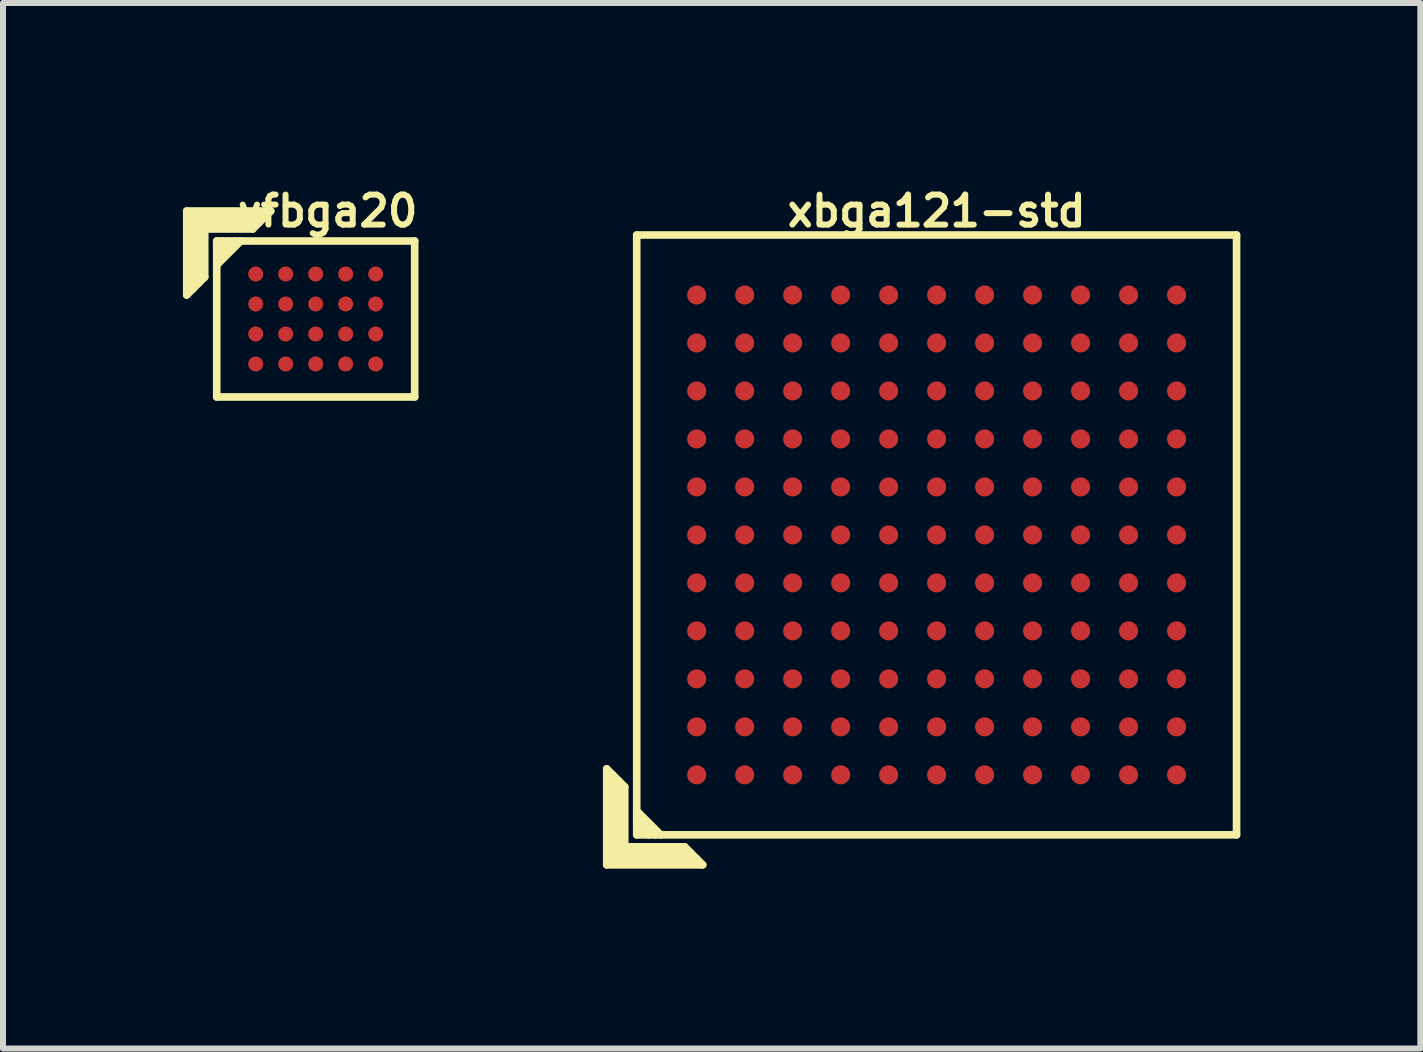
<source format=kicad_pcb>
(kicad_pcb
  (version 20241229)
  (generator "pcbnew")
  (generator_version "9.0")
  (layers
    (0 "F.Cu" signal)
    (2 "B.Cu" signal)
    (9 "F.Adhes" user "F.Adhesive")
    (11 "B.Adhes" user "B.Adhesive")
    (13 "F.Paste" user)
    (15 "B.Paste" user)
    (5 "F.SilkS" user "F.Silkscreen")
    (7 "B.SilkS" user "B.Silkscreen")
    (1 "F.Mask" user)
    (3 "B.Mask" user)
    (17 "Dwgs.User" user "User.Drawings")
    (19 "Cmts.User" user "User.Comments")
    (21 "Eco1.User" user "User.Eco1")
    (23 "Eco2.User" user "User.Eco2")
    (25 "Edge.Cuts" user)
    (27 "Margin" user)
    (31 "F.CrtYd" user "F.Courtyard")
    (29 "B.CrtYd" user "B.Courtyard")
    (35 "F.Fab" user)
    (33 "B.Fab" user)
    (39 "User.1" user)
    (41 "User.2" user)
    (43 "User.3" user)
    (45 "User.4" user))
  (footprint "xbga121-std"
    (layer "F.Cu")
    (at 12.565 5.868)
    (property "Reference" "xbga121-std" (at 0 -5.4 0) (layer "F.SilkS") (effects (font (size 0.5 0.5) (thickness 0.1))))
    (attr through_hole)
    (fp_line (start -5.5 3.9) (end -5.2 4.2) (stroke (width 0.127) (type solid)) (layer "F.SilkS"))
    (fp_line (start -5.5 5.5) (end -5.5 3.9) (stroke (width 0.127) (type solid)) (layer "F.SilkS"))
    (fp_line (start -5.4 5.4) (end -5.4 4) (stroke (width 0.127) (type solid)) (layer "F.SilkS"))
    (fp_line (start -5.3 4.1) (end -5.3 5.3) (stroke (width 0.127) (type solid)) (layer "F.SilkS"))
    (fp_line (start -5.3 5.3) (end -4.1 5.3) (stroke (width 0.127) (type solid)) (layer "F.SilkS"))
    (fp_line (start -5.2 4.2) (end -5.2 5.2) (stroke (width 0.127) (type solid)) (layer "F.SilkS"))
    (fp_line (start -5.2 5.2) (end -4.2 5.2) (stroke (width 0.127) (type solid)) (layer "F.SilkS"))
    (fp_line (start -5 -5) (end -5 5) (stroke (width 0.127) (type solid)) (layer "F.SilkS"))
    (fp_line (start -5 4.7) (end -4.7 5) (stroke (width 0.127) (type solid)) (layer "F.SilkS"))
    (fp_line (start -5 5) (end 5 5) (stroke (width 0.127) (type solid)) (layer "F.SilkS"))
    (fp_line (start -4.8 5) (end -5 4.8) (stroke (width 0.127) (type solid)) (layer "F.SilkS"))
    (fp_line (start -4.6 5) (end -5 4.6) (stroke (width 0.127) (type solid)) (layer "F.SilkS"))
    (fp_line (start -4.2 5.2) (end -3.9 5.5) (stroke (width 0.127) (type solid)) (layer "F.SilkS"))
    (fp_line (start -4 5.4) (end -5.4 5.4) (stroke (width 0.127) (type solid)) (layer "F.SilkS"))
    (fp_line (start -3.9 5.5) (end -5.5 5.5) (stroke (width 0.127) (type solid)) (layer "F.SilkS"))
    (fp_line (start 5 -5) (end -5 -5) (stroke (width 0.127) (type solid)) (layer "F.SilkS"))
    (fp_line (start 5 5) (end 5 -5) (stroke (width 0.127) (type solid)) (layer "F.SilkS"))
    (pad "A1" smd circle (at -4 4) (size 0.318 0.318) (layers "F.Cu" "F.Mask" "F.Paste"))
    (pad "A2" smd circle (at -4 3.2) (size 0.318 0.318) (layers "F.Cu" "F.Mask" "F.Paste"))
    (pad "A3" smd circle (at -4 2.4) (size 0.318 0.318) (layers "F.Cu" "F.Mask" "F.Paste"))
    (pad "A4" smd circle (at -4 1.6) (size 0.318 0.318) (layers "F.Cu" "F.Mask" "F.Paste"))
    (pad "A5" smd circle (at -4 0.8) (size 0.318 0.318) (layers "F.Cu" "F.Mask" "F.Paste"))
    (pad "A6" smd circle (at -4 0) (size 0.318 0.318) (layers "F.Cu" "F.Mask" "F.Paste"))
    (pad "A7" smd circle (at -4 -0.8) (size 0.318 0.318) (layers "F.Cu" "F.Mask" "F.Paste"))
    (pad "A8" smd circle (at -4 -1.6) (size 0.318 0.318) (layers "F.Cu" "F.Mask" "F.Paste"))
    (pad "A9" smd circle (at -4 -2.4) (size 0.318 0.318) (layers "F.Cu" "F.Mask" "F.Paste"))
    (pad "A10" smd circle (at -4 -3.2) (size 0.318 0.318) (layers "F.Cu" "F.Mask" "F.Paste"))
    (pad "A11" smd circle (at -4 -4) (size 0.318 0.318) (layers "F.Cu" "F.Mask" "F.Paste"))
    (pad "B1" smd circle (at -3.2 4) (size 0.318 0.318) (layers "F.Cu" "F.Mask" "F.Paste"))
    (pad "B2" smd circle (at -3.2 3.2) (size 0.318 0.318) (layers "F.Cu" "F.Mask" "F.Paste"))
    (pad "B3" smd circle (at -3.2 2.4) (size 0.318 0.318) (layers "F.Cu" "F.Mask" "F.Paste"))
    (pad "B4" smd circle (at -3.2 1.6) (size 0.318 0.318) (layers "F.Cu" "F.Mask" "F.Paste"))
    (pad "B5" smd circle (at -3.2 0.8) (size 0.318 0.318) (layers "F.Cu" "F.Mask" "F.Paste"))
    (pad "B6" smd circle (at -3.2 0) (size 0.318 0.318) (layers "F.Cu" "F.Mask" "F.Paste"))
    (pad "B7" smd circle (at -3.2 -0.8) (size 0.318 0.318) (layers "F.Cu" "F.Mask" "F.Paste"))
    (pad "B8" smd circle (at -3.2 -1.6) (size 0.318 0.318) (layers "F.Cu" "F.Mask" "F.Paste"))
    (pad "B9" smd circle (at -3.2 -2.4) (size 0.318 0.318) (layers "F.Cu" "F.Mask" "F.Paste"))
    (pad "B10" smd circle (at -3.2 -3.2) (size 0.318 0.318) (layers "F.Cu" "F.Mask" "F.Paste"))
    (pad "B11" smd circle (at -3.2 -4) (size 0.318 0.318) (layers "F.Cu" "F.Mask" "F.Paste"))
    (pad "C1" smd circle (at -2.4 4) (size 0.318 0.318) (layers "F.Cu" "F.Mask" "F.Paste"))
    (pad "C2" smd circle (at -2.4 3.2) (size 0.318 0.318) (layers "F.Cu" "F.Mask" "F.Paste"))
    (pad "C3" smd circle (at -2.4 2.4) (size 0.318 0.318) (layers "F.Cu" "F.Mask" "F.Paste"))
    (pad "C4" smd circle (at -2.4 1.6) (size 0.318 0.318) (layers "F.Cu" "F.Mask" "F.Paste"))
    (pad "C5" smd circle (at -2.4 0.8) (size 0.318 0.318) (layers "F.Cu" "F.Mask" "F.Paste"))
    (pad "C6" smd circle (at -2.4 0) (size 0.318 0.318) (layers "F.Cu" "F.Mask" "F.Paste"))
    (pad "C7" smd circle (at -2.4 -0.8) (size 0.318 0.318) (layers "F.Cu" "F.Mask" "F.Paste"))
    (pad "C8" smd circle (at -2.4 -1.6) (size 0.318 0.318) (layers "F.Cu" "F.Mask" "F.Paste"))
    (pad "C9" smd circle (at -2.4 -2.4) (size 0.318 0.318) (layers "F.Cu" "F.Mask" "F.Paste"))
    (pad "C10" smd circle (at -2.4 -3.2) (size 0.318 0.318) (layers "F.Cu" "F.Mask" "F.Paste"))
    (pad "C11" smd circle (at -2.4 -4) (size 0.318 0.318) (layers "F.Cu" "F.Mask" "F.Paste"))
    (pad "D1" smd circle (at -1.6 4) (size 0.318 0.318) (layers "F.Cu" "F.Mask" "F.Paste"))
    (pad "D2" smd circle (at -1.6 3.2) (size 0.318 0.318) (layers "F.Cu" "F.Mask" "F.Paste"))
    (pad "D3" smd circle (at -1.6 2.4) (size 0.318 0.318) (layers "F.Cu" "F.Mask" "F.Paste"))
    (pad "D4" smd circle (at -1.6 1.6) (size 0.318 0.318) (layers "F.Cu" "F.Mask" "F.Paste"))
    (pad "D5" smd circle (at -1.6 0.8) (size 0.318 0.318) (layers "F.Cu" "F.Mask" "F.Paste"))
    (pad "D6" smd circle (at -1.6 0) (size 0.318 0.318) (layers "F.Cu" "F.Mask" "F.Paste"))
    (pad "D7" smd circle (at -1.6 -0.8) (size 0.318 0.318) (layers "F.Cu" "F.Mask" "F.Paste"))
    (pad "D8" smd circle (at -1.6 -1.6) (size 0.318 0.318) (layers "F.Cu" "F.Mask" "F.Paste"))
    (pad "D9" smd circle (at -1.6 -2.4) (size 0.318 0.318) (layers "F.Cu" "F.Mask" "F.Paste"))
    (pad "D10" smd circle (at -1.6 -3.2) (size 0.318 0.318) (layers "F.Cu" "F.Mask" "F.Paste"))
    (pad "D11" smd circle (at -1.6 -4) (size 0.318 0.318) (layers "F.Cu" "F.Mask" "F.Paste"))
    (pad "E1" smd circle (at -0.8 4) (size 0.318 0.318) (layers "F.Cu" "F.Mask" "F.Paste"))
    (pad "E2" smd circle (at -0.8 3.2) (size 0.318 0.318) (layers "F.Cu" "F.Mask" "F.Paste"))
    (pad "E3" smd circle (at -0.8 2.4) (size 0.318 0.318) (layers "F.Cu" "F.Mask" "F.Paste"))
    (pad "E4" smd circle (at -0.8 1.6) (size 0.318 0.318) (layers "F.Cu" "F.Mask" "F.Paste"))
    (pad "E5" smd circle (at -0.8 0.8) (size 0.318 0.318) (layers "F.Cu" "F.Mask" "F.Paste"))
    (pad "E6" smd circle (at -0.8 0) (size 0.318 0.318) (layers "F.Cu" "F.Mask" "F.Paste"))
    (pad "E7" smd circle (at -0.8 -0.8) (size 0.318 0.318) (layers "F.Cu" "F.Mask" "F.Paste"))
    (pad "E8" smd circle (at -0.8 -1.6) (size 0.318 0.318) (layers "F.Cu" "F.Mask" "F.Paste"))
    (pad "E9" smd circle (at -0.8 -2.4) (size 0.318 0.318) (layers "F.Cu" "F.Mask" "F.Paste"))
    (pad "E10" smd circle (at -0.8 -3.2) (size 0.318 0.318) (layers "F.Cu" "F.Mask" "F.Paste"))
    (pad "E11" smd circle (at -0.8 -4) (size 0.318 0.318) (layers "F.Cu" "F.Mask" "F.Paste"))
    (pad "F1" smd circle (at 0 4) (size 0.318 0.318) (layers "F.Cu" "F.Mask" "F.Paste"))
    (pad "F2" smd circle (at 0 3.2) (size 0.318 0.318) (layers "F.Cu" "F.Mask" "F.Paste"))
    (pad "F3" smd circle (at 0 2.4) (size 0.318 0.318) (layers "F.Cu" "F.Mask" "F.Paste"))
    (pad "F4" smd circle (at 0 1.6) (size 0.318 0.318) (layers "F.Cu" "F.Mask" "F.Paste"))
    (pad "F5" smd circle (at 0 0.8) (size 0.318 0.318) (layers "F.Cu" "F.Mask" "F.Paste"))
    (pad "F6" smd circle (at 0 0) (size 0.318 0.318) (layers "F.Cu" "F.Mask" "F.Paste"))
    (pad "F7" smd circle (at 0 -0.8) (size 0.318 0.318) (layers "F.Cu" "F.Mask" "F.Paste"))
    (pad "F8" smd circle (at 0 -1.6) (size 0.318 0.318) (layers "F.Cu" "F.Mask" "F.Paste"))
    (pad "F9" smd circle (at 0 -2.4) (size 0.318 0.318) (layers "F.Cu" "F.Mask" "F.Paste"))
    (pad "F10" smd circle (at 0 -3.2) (size 0.318 0.318) (layers "F.Cu" "F.Mask" "F.Paste"))
    (pad "F11" smd circle (at 0 -4) (size 0.318 0.318) (layers "F.Cu" "F.Mask" "F.Paste"))
    (pad "G1" smd circle (at 0.8 4) (size 0.318 0.318) (layers "F.Cu" "F.Mask" "F.Paste"))
    (pad "G2" smd circle (at 0.8 3.2) (size 0.318 0.318) (layers "F.Cu" "F.Mask" "F.Paste"))
    (pad "G3" smd circle (at 0.8 2.4) (size 0.318 0.318) (layers "F.Cu" "F.Mask" "F.Paste"))
    (pad "G4" smd circle (at 0.8 1.6) (size 0.318 0.318) (layers "F.Cu" "F.Mask" "F.Paste"))
    (pad "G5" smd circle (at 0.8 0.8) (size 0.318 0.318) (layers "F.Cu" "F.Mask" "F.Paste"))
    (pad "G6" smd circle (at 0.8 0) (size 0.318 0.318) (layers "F.Cu" "F.Mask" "F.Paste"))
    (pad "G7" smd circle (at 0.8 -0.8) (size 0.318 0.318) (layers "F.Cu" "F.Mask" "F.Paste"))
    (pad "G8" smd circle (at 0.8 -1.6) (size 0.318 0.318) (layers "F.Cu" "F.Mask" "F.Paste"))
    (pad "G9" smd circle (at 0.8 -2.4) (size 0.318 0.318) (layers "F.Cu" "F.Mask" "F.Paste"))
    (pad "G10" smd circle (at 0.8 -3.2) (size 0.318 0.318) (layers "F.Cu" "F.Mask" "F.Paste"))
    (pad "G11" smd circle (at 0.8 -4) (size 0.318 0.318) (layers "F.Cu" "F.Mask" "F.Paste"))
    (pad "H1" smd circle (at 1.6 4) (size 0.318 0.318) (layers "F.Cu" "F.Mask" "F.Paste"))
    (pad "H2" smd circle (at 1.6 3.2) (size 0.318 0.318) (layers "F.Cu" "F.Mask" "F.Paste"))
    (pad "H3" smd circle (at 1.6 2.4) (size 0.318 0.318) (layers "F.Cu" "F.Mask" "F.Paste"))
    (pad "H4" smd circle (at 1.6 1.6) (size 0.318 0.318) (layers "F.Cu" "F.Mask" "F.Paste"))
    (pad "H5" smd circle (at 1.6 0.8) (size 0.318 0.318) (layers "F.Cu" "F.Mask" "F.Paste"))
    (pad "H6" smd circle (at 1.6 0) (size 0.318 0.318) (layers "F.Cu" "F.Mask" "F.Paste"))
    (pad "H7" smd circle (at 1.6 -0.8) (size 0.318 0.318) (layers "F.Cu" "F.Mask" "F.Paste"))
    (pad "H8" smd circle (at 1.6 -1.6) (size 0.318 0.318) (layers "F.Cu" "F.Mask" "F.Paste"))
    (pad "H9" smd circle (at 1.6 -2.4) (size 0.318 0.318) (layers "F.Cu" "F.Mask" "F.Paste"))
    (pad "H10" smd circle (at 1.6 -3.2) (size 0.318 0.318) (layers "F.Cu" "F.Mask" "F.Paste"))
    (pad "H11" smd circle (at 1.6 -4) (size 0.318 0.318) (layers "F.Cu" "F.Mask" "F.Paste"))
    (pad "J1" smd circle (at 2.4 4) (size 0.318 0.318) (layers "F.Cu" "F.Mask" "F.Paste"))
    (pad "J2" smd circle (at 2.4 3.2) (size 0.318 0.318) (layers "F.Cu" "F.Mask" "F.Paste"))
    (pad "J3" smd circle (at 2.4 2.4) (size 0.318 0.318) (layers "F.Cu" "F.Mask" "F.Paste"))
    (pad "J4" smd circle (at 2.4 1.6) (size 0.318 0.318) (layers "F.Cu" "F.Mask" "F.Paste"))
    (pad "J5" smd circle (at 2.4 0.8) (size 0.318 0.318) (layers "F.Cu" "F.Mask" "F.Paste"))
    (pad "J6" smd circle (at 2.4 0) (size 0.318 0.318) (layers "F.Cu" "F.Mask" "F.Paste"))
    (pad "J7" smd circle (at 2.4 -0.8) (size 0.318 0.318) (layers "F.Cu" "F.Mask" "F.Paste"))
    (pad "J8" smd circle (at 2.4 -1.6) (size 0.318 0.318) (layers "F.Cu" "F.Mask" "F.Paste"))
    (pad "J9" smd circle (at 2.4 -2.4) (size 0.318 0.318) (layers "F.Cu" "F.Mask" "F.Paste"))
    (pad "J10" smd circle (at 2.4 -3.2) (size 0.318 0.318) (layers "F.Cu" "F.Mask" "F.Paste"))
    (pad "J11" smd circle (at 2.4 -4) (size 0.318 0.318) (layers "F.Cu" "F.Mask" "F.Paste"))
    (pad "K1" smd circle (at 3.2 4) (size 0.318 0.318) (layers "F.Cu" "F.Mask" "F.Paste"))
    (pad "K2" smd circle (at 3.2 3.2) (size 0.318 0.318) (layers "F.Cu" "F.Mask" "F.Paste"))
    (pad "K3" smd circle (at 3.2 2.4) (size 0.318 0.318) (layers "F.Cu" "F.Mask" "F.Paste"))
    (pad "K4" smd circle (at 3.2 1.6) (size 0.318 0.318) (layers "F.Cu" "F.Mask" "F.Paste"))
    (pad "K5" smd circle (at 3.2 0.8) (size 0.318 0.318) (layers "F.Cu" "F.Mask" "F.Paste"))
    (pad "K6" smd circle (at 3.2 0) (size 0.318 0.318) (layers "F.Cu" "F.Mask" "F.Paste"))
    (pad "K7" smd circle (at 3.2 -0.8) (size 0.318 0.318) (layers "F.Cu" "F.Mask" "F.Paste"))
    (pad "K8" smd circle (at 3.2 -1.6) (size 0.318 0.318) (layers "F.Cu" "F.Mask" "F.Paste"))
    (pad "K9" smd circle (at 3.2 -2.4) (size 0.318 0.318) (layers "F.Cu" "F.Mask" "F.Paste"))
    (pad "K10" smd circle (at 3.2 -3.2) (size 0.318 0.318) (layers "F.Cu" "F.Mask" "F.Paste"))
    (pad "K11" smd circle (at 3.2 -4) (size 0.318 0.318) (layers "F.Cu" "F.Mask" "F.Paste"))
    (pad "L1" smd circle (at 4 4) (size 0.318 0.318) (layers "F.Cu" "F.Mask" "F.Paste"))
    (pad "L2" smd circle (at 4 3.2) (size 0.318 0.318) (layers "F.Cu" "F.Mask" "F.Paste"))
    (pad "L3" smd circle (at 4 2.4) (size 0.318 0.318) (layers "F.Cu" "F.Mask" "F.Paste"))
    (pad "L4" smd circle (at 4 1.6) (size 0.318 0.318) (layers "F.Cu" "F.Mask" "F.Paste"))
    (pad "L5" smd circle (at 4 0.8) (size 0.318 0.318) (layers "F.Cu" "F.Mask" "F.Paste"))
    (pad "L6" smd circle (at 4 0) (size 0.318 0.318) (layers "F.Cu" "F.Mask" "F.Paste"))
    (pad "L7" smd circle (at 4 -0.8) (size 0.318 0.318) (layers "F.Cu" "F.Mask" "F.Paste"))
    (pad "L8" smd circle (at 4 -1.6) (size 0.318 0.318) (layers "F.Cu" "F.Mask" "F.Paste"))
    (pad "L9" smd circle (at 4 -2.4) (size 0.318 0.318) (layers "F.Cu" "F.Mask" "F.Paste"))
    (pad "L10" smd circle (at 4 -3.2) (size 0.318 0.318) (layers "F.Cu" "F.Mask" "F.Paste"))
    (pad "L11" smd circle (at 4 -4) (size 0.318 0.318) (layers "F.Cu" "F.Mask" "F.Paste")))
  (footprint "vfbga20"
    (layer "F.Cu")
    (at 2.213 2.268)
    (property "Reference" "vfbga20" (at 0.2 -1.8 180) (layer "F.SilkS") (effects (font (size 0.5 0.5) (thickness 0.1))))
    (attr through_hole)
    (fp_line (start -2.15 -1.8) (end -0.75 -1.8) (stroke (width 0.127) (type solid)) (layer "F.SilkS"))
    (fp_line (start -2.15 -0.4) (end -2.15 -1.8) (stroke (width 0.127) (type solid)) (layer "F.SilkS"))
    (fp_line (start -2.05 -1.7) (end -2.05 -0.5) (stroke (width 0.127) (type solid)) (layer "F.SilkS"))
    (fp_line (start -1.95 -1.6) (end -0.95 -1.6) (stroke (width 0.127) (type solid)) (layer "F.SilkS"))
    (fp_line (start -1.95 -0.6) (end -1.95 -1.6) (stroke (width 0.127) (type solid)) (layer "F.SilkS"))
    (fp_line (start -1.85 -1.5) (end -1.05 -1.5) (stroke (width 0.127) (type solid)) (layer "F.SilkS"))
    (fp_line (start -1.85 -0.7) (end -2.15 -0.4) (stroke (width 0.127) (type solid)) (layer "F.SilkS"))
    (fp_line (start -1.85 -0.7) (end -1.85 -1.5) (stroke (width 0.127) (type solid)) (layer "F.SilkS"))
    (fp_line (start -1.65 -1.3) (end 1.65 -1.3) (stroke (width 0.127) (type solid)) (layer "F.SilkS"))
    (fp_line (start -1.65 -1.2) (end -1.55 -1.3) (stroke (width 0.127) (type solid)) (layer "F.SilkS"))
    (fp_line (start -1.65 -0.9) (end -1.25 -1.3) (stroke (width 0.127) (type solid)) (layer "F.SilkS"))
    (fp_line (start -1.65 1.3) (end -1.65 -1.3) (stroke (width 0.127) (type solid)) (layer "F.SilkS"))
    (fp_line (start -1.45 -1.3) (end -1.65 -1.1) (stroke (width 0.127) (type solid)) (layer "F.SilkS"))
    (fp_line (start -1.35 -1.3) (end -1.65 -1) (stroke (width 0.127) (type solid)) (layer "F.SilkS"))
    (fp_line (start -0.85 -1.7) (end -2.05 -1.7) (stroke (width 0.127) (type solid)) (layer "F.SilkS"))
    (fp_line (start -0.75 -1.8) (end -1.05 -1.5) (stroke (width 0.127) (type solid)) (layer "F.SilkS"))
    (fp_line (start 1.65 -1.3) (end 1.65 1.3) (stroke (width 0.127) (type solid)) (layer "F.SilkS"))
    (fp_line (start 1.65 1.3) (end -1.65 1.3) (stroke (width 0.127) (type solid)) (layer "F.SilkS"))
    (pad "A1" smd circle (at -1 -0.75) (size 0.25 0.25) (layers "F.Cu" "F.Mask" "F.Paste"))
    (pad "A2" smd circle (at -0.5 -0.75) (size 0.25 0.25) (layers "F.Cu" "F.Mask" "F.Paste"))
    (pad "A3" smd circle (at 0 -0.75) (size 0.25 0.25) (layers "F.Cu" "F.Mask" "F.Paste"))
    (pad "A4" smd circle (at 0.5 -0.75) (size 0.25 0.25) (layers "F.Cu" "F.Mask" "F.Paste"))
    (pad "A5" smd circle (at 1 -0.75) (size 0.25 0.25) (layers "F.Cu" "F.Mask" "F.Paste"))
    (pad "B1" smd circle (at -1 -0.25) (size 0.25 0.25) (layers "F.Cu" "F.Mask" "F.Paste"))
    (pad "B2" smd circle (at -0.5 -0.25) (size 0.25 0.25) (layers "F.Cu" "F.Mask" "F.Paste"))
    (pad "B3" smd circle (at 0 -0.25) (size 0.25 0.25) (layers "F.Cu" "F.Mask" "F.Paste"))
    (pad "B4" smd circle (at 0.5 -0.25) (size 0.25 0.25) (layers "F.Cu" "F.Mask" "F.Paste"))
    (pad "B5" smd circle (at 1 -0.25) (size 0.25 0.25) (layers "F.Cu" "F.Mask" "F.Paste"))
    (pad "C1" smd circle (at -1 0.25) (size 0.25 0.25) (layers "F.Cu" "F.Mask" "F.Paste"))
    (pad "C2" smd circle (at -0.5 0.25) (size 0.25 0.25) (layers "F.Cu" "F.Mask" "F.Paste"))
    (pad "C3" smd circle (at 0 0.25) (size 0.25 0.25) (layers "F.Cu" "F.Mask" "F.Paste"))
    (pad "C4" smd circle (at 0.5 0.25) (size 0.25 0.25) (layers "F.Cu" "F.Mask" "F.Paste"))
    (pad "C5" smd circle (at 1 0.25) (size 0.25 0.25) (layers "F.Cu" "F.Mask" "F.Paste"))
    (pad "D1" smd circle (at -1 0.75) (size 0.25 0.25) (layers "F.Cu" "F.Mask" "F.Paste"))
    (pad "D2" smd circle (at -0.5 0.75) (size 0.25 0.25) (layers "F.Cu" "F.Mask" "F.Paste"))
    (pad "D3" smd circle (at 0 0.75) (size 0.25 0.25) (layers "F.Cu" "F.Mask" "F.Paste"))
    (pad "D4" smd circle (at 0.5 0.75) (size 0.25 0.25) (layers "F.Cu" "F.Mask" "F.Paste"))
    (pad "D5" smd circle (at 1 0.75) (size 0.25 0.25) (layers "F.Cu" "F.Mask" "F.Paste")))
  (gr_rect
    (start -3 -3)
    (end 20.629 14.431)
    (stroke (width 0.1) (type default))
    (fill no)
    (layer "Edge.Cuts")))
</source>
